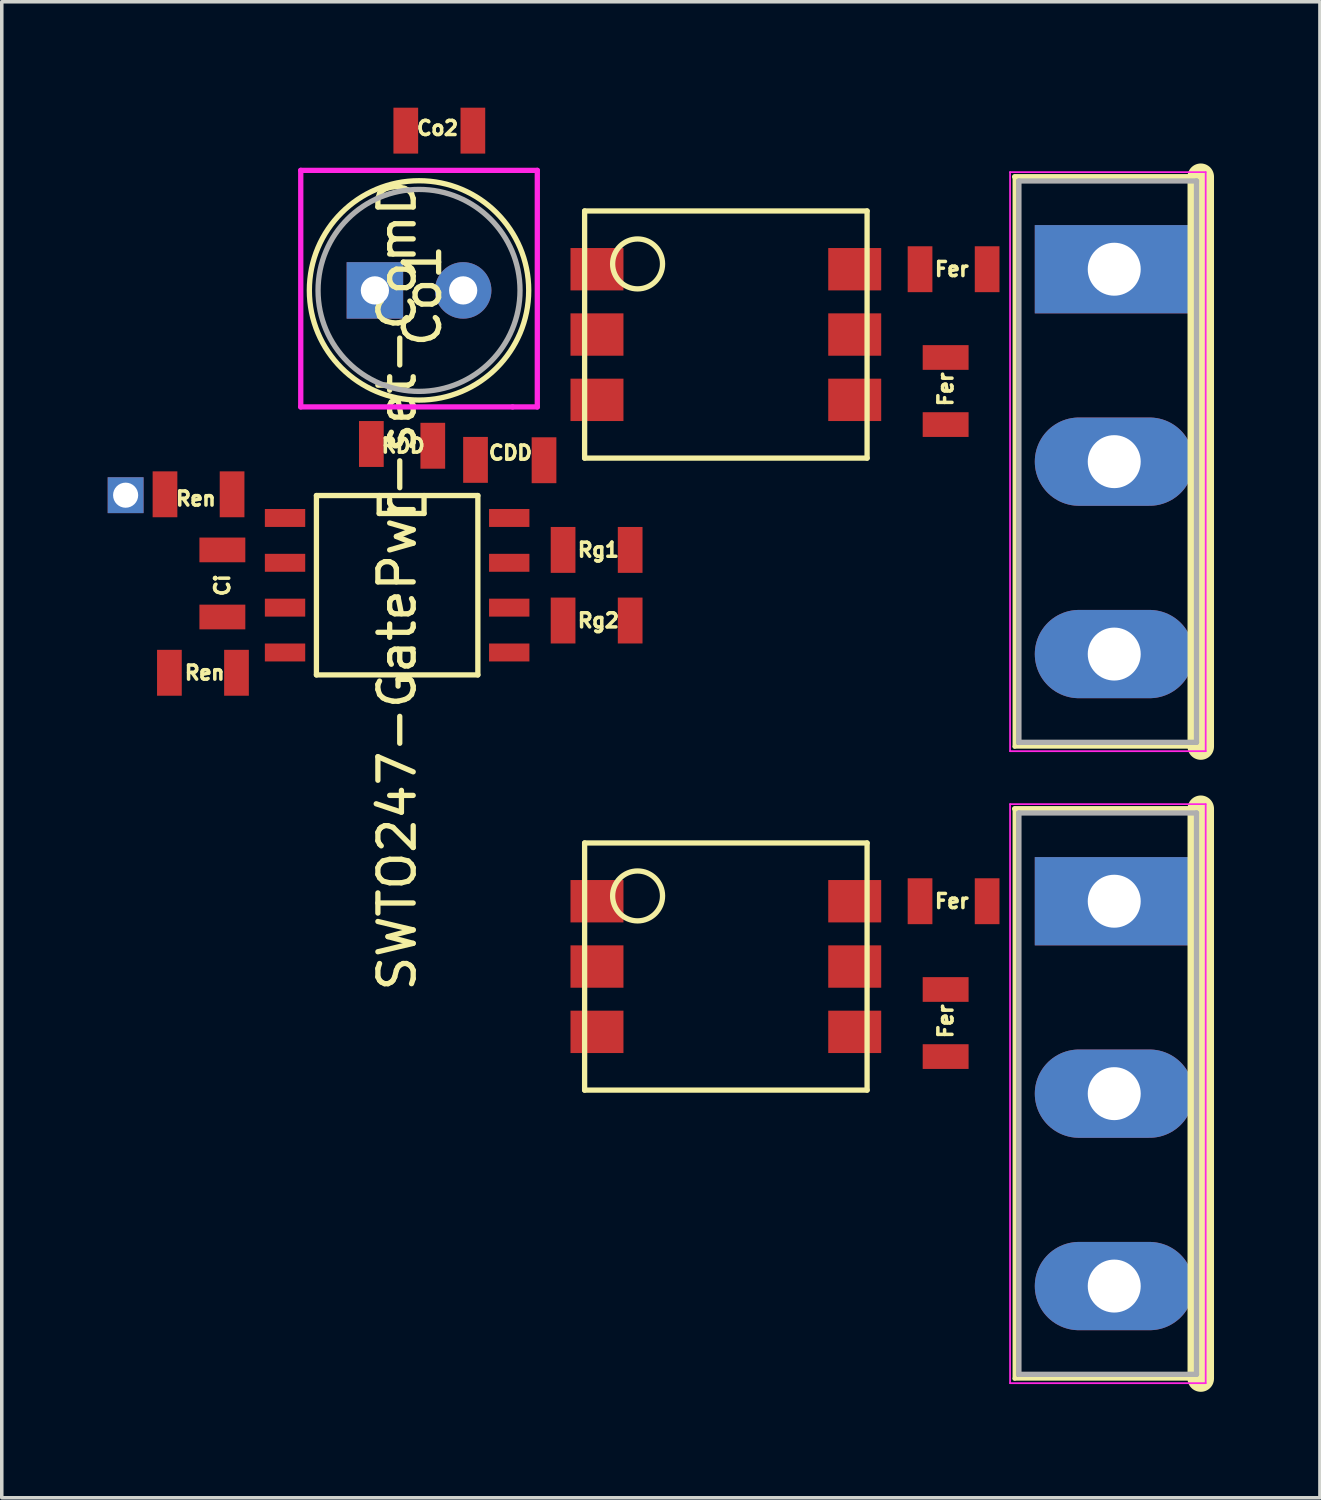
<source format=kicad_pcb>
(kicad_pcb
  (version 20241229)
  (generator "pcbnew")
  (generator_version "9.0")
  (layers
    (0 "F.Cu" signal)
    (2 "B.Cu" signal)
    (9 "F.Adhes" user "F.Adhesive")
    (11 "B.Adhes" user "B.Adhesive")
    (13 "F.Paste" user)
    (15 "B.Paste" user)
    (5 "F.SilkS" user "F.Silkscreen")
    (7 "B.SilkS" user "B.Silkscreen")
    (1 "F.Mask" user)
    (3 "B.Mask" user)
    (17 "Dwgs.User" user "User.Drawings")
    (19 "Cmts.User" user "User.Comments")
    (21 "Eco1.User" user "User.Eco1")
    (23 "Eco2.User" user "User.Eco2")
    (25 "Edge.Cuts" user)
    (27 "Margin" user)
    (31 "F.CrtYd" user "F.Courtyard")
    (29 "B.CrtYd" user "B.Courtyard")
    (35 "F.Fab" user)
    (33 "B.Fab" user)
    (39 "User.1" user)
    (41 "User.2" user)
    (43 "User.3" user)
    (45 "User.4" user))
  (footprint "SWTO247-GatePwr-set-ComD"
    (layer "F.Cu")
    (at 28.508 18.975)
    (property "Reference" "SWTO247-GatePwr-set-ComD" (at -20.31 -5.45 90) (layer "F.SilkS") (effects (font (size 1 1) (thickness 0.15))))
    (attr smd)
    (fp_line (start -22.596 -7.99) (end -18.024 -7.99) (stroke (width 0.15) (type solid)) (layer "F.SilkS"))
    (fp_line (start -22.596 -2.91) (end -22.596 -7.99) (stroke (width 0.15) (type solid)) (layer "F.SilkS"))
    (fp_line (start -20.818 -7.482) (end -20.818 -7.99) (stroke (width 0.15) (type solid)) (layer "F.SilkS"))
    (fp_line (start -19.548 -7.99) (end -19.548 -7.482) (stroke (width 0.15) (type solid)) (layer "F.SilkS"))
    (fp_line (start -19.548 -7.482) (end -20.818 -7.482) (stroke (width 0.15) (type solid)) (layer "F.SilkS"))
    (fp_line (start -18.024 -7.99) (end -18.024 -2.91) (stroke (width 0.15) (type solid)) (layer "F.SilkS"))
    (fp_line (start -18.024 -2.91) (end -22.596 -2.91) (stroke (width 0.15) (type solid)) (layer "F.SilkS"))
    (fp_line (start -15 -16.05) (end -7 -16.05) (stroke (width 0.15) (type solid)) (layer "F.SilkS"))
    (fp_line (start -15 -9.05) (end -15 -16.05) (stroke (width 0.15) (type solid)) (layer "F.SilkS"))
    (fp_line (start -15 1.85) (end -7 1.85) (stroke (width 0.15) (type solid)) (layer "F.SilkS"))
    (fp_line (start -15 8.85) (end -15 1.85) (stroke (width 0.15) (type solid)) (layer "F.SilkS"))
    (fp_line (start -7 -16.05) (end -7 -9.05) (stroke (width 0.15) (type solid)) (layer "F.SilkS"))
    (fp_line (start -7 -9.05) (end -15 -9.05) (stroke (width 0.15) (type solid)) (layer "F.SilkS"))
    (fp_line (start -7 1.85) (end -7 8.85) (stroke (width 0.15) (type solid)) (layer "F.SilkS"))
    (fp_line (start -7 8.85) (end -15 8.85) (stroke (width 0.15) (type solid)) (layer "F.SilkS"))
    (fp_line (start -2.82 -17.02) (end -2.82 -0.88) (stroke (width 0.12) (type solid)) (layer "F.SilkS"))
    (fp_line (start -2.82 0.88) (end -2.82 17.02) (stroke (width 0.12) (type solid)) (layer "F.SilkS"))
    (fp_line (start 2.451 -17.02) (end -2.82 -17.02) (stroke (width 0.15) (type solid)) (layer "F.SilkS"))
    (fp_line (start 2.451 -17.02) (end 2.451 -0.88) (stroke (width 0.75) (type solid)) (layer "F.SilkS"))
    (fp_line (start 2.451 -0.88) (end -2.82 -0.88) (stroke (width 0.12) (type solid)) (layer "F.SilkS"))
    (fp_line (start 2.451 0.88) (end -2.82 0.88) (stroke (width 0.15) (type solid)) (layer "F.SilkS"))
    (fp_line (start 2.451 0.88) (end 2.451 17.02) (stroke (width 0.75) (type solid)) (layer "F.SilkS"))
    (fp_line (start 2.451 17.02) (end -2.82 17.02) (stroke (width 0.12) (type solid)) (layer "F.SilkS"))
    (fp_circle (center -19.69 -13.8) (end -21.39 -16.4) (stroke (width 0.15) (type solid)) (fill no) (layer "F.SilkS"))
    (fp_circle (center -13.5 -14.55) (end -14 -15.05) (stroke (width 0.15) (type solid)) (fill no) (layer "F.SilkS"))
    (fp_circle (center -13.5 3.35) (end -14 2.85) (stroke (width 0.15) (type solid)) (fill no) (layer "F.SilkS"))
    (fp_line (start -23.04 -17.2) (end -16.34 -17.2) (stroke (width 0.15) (type solid)) (layer "F.CrtYd"))
    (fp_line (start -23.04 -10.5) (end -23.04 -17.2) (stroke (width 0.15) (type solid)) (layer "F.CrtYd"))
    (fp_line (start -23.04 -10.5) (end -17.04 -10.5) (stroke (width 0.15) (type solid)) (layer "F.CrtYd"))
    (fp_line (start -17.04 -10.5) (end -16.34 -10.5) (stroke (width 0.15) (type solid)) (layer "F.CrtYd"))
    (fp_line (start -16.34 -17.2) (end -16.34 -10.5) (stroke (width 0.15) (type solid)) (layer "F.CrtYd"))
    (fp_line (start -2.95 -17.15) (end -2.95 -0.75) (stroke (width 0.05) (type solid)) (layer "F.CrtYd"))
    (fp_line (start -2.95 -0.75) (end 2.59 -0.75) (stroke (width 0.05) (type solid)) (layer "F.CrtYd"))
    (fp_line (start -2.95 0.75) (end -2.95 17.15) (stroke (width 0.05) (type solid)) (layer "F.CrtYd"))
    (fp_line (start -2.95 17.15) (end 2.59 17.15) (stroke (width 0.05) (type solid)) (layer "F.CrtYd"))
    (fp_line (start 2.59 -17.15) (end -2.95 -17.15) (stroke (width 0.05) (type solid)) (layer "F.CrtYd"))
    (fp_line (start 2.59 -0.75) (end 2.59 -17.15) (stroke (width 0.05) (type solid)) (layer "F.CrtYd"))
    (fp_line (start 2.59 0.75) (end -2.95 0.75) (stroke (width 0.05) (type solid)) (layer "F.CrtYd"))
    (fp_line (start 2.59 17.15) (end 2.59 0.75) (stroke (width 0.05) (type solid)) (layer "F.CrtYd"))
    (fp_line (start -2.7 -16.9) (end -2.7 -1) (stroke (width 0.15) (type solid)) (layer "F.Fab"))
    (fp_line (start -2.7 -1) (end 2.33 -1) (stroke (width 0.15) (type solid)) (layer "F.Fab"))
    (fp_line (start -2.7 1) (end -2.7 16.9) (stroke (width 0.15) (type solid)) (layer "F.Fab"))
    (fp_line (start -2.7 16.9) (end 2.33 16.9) (stroke (width 0.15) (type solid)) (layer "F.Fab"))
    (fp_line (start 2.33 -16.9) (end -2.7 -16.9) (stroke (width 0.15) (type solid)) (layer "F.Fab"))
    (fp_line (start 2.33 -1) (end 2.33 -16.9) (stroke (width 0.15) (type solid)) (layer "F.Fab"))
    (fp_line (start 2.33 1) (end -2.7 1) (stroke (width 0.15) (type solid)) (layer "F.Fab"))
    (fp_line (start 2.33 16.9) (end 2.33 1) (stroke (width 0.15) (type solid)) (layer "F.Fab"))
    (fp_circle (center -19.69 -13.8) (end -21.39 -16.1) (stroke (width 0.15) (type solid)) (fill no) (layer "F.Fab"))
    (fp_text user "Rg1" (at -14.61 -6.45 0) (layer "F.SilkS") (effects (font (size 0.4 0.4) (thickness 0.1))))
    (fp_text user "Rg2" (at -14.61 -4.45 0) (layer "F.SilkS") (effects (font (size 0.4 0.4) (thickness 0.1))))
    (fp_text user "Ren" (at -26.01 -7.9 0) (layer "F.SilkS") (effects (font (size 0.4 0.4) (thickness 0.1))))
    (fp_text user "CDD" (at -17.1 -9.2 180) (layer "F.SilkS") (effects (font (size 0.4 0.4) (thickness 0.1))))
    (fp_text user "Fer" (at -4.775 6.9 90) (layer "F.SilkS") (effects (font (size 0.4 0.4) (thickness 0.1))))
    (fp_text user "Ci" (at -25.26 -5.45 90) (layer "F.SilkS") (effects (font (size 0.4 0.4) (thickness 0.1))))
    (fp_text user "Fer" (at -4.6 3.5 180) (layer "F.SilkS") (effects (font (size 0.4 0.4) (thickness 0.1))))
    (fp_text user "Co1" (at -19.59 -13.65 270) (layer "F.SilkS") (effects (font (size 1 1) (thickness 0.15))))
    (fp_text user "Fer" (at -4.6 -14.4 180) (layer "F.SilkS") (effects (font (size 0.4 0.4) (thickness 0.1))))
    (fp_text user "RDD" (at -20.14 -9.4 180) (layer "F.SilkS") (effects (font (size 0.4 0.4) (thickness 0.1))))
    (fp_text user "Ren" (at -25.76 -2.97 0) (layer "F.SilkS") (effects (font (size 0.4 0.4) (thickness 0.1))))
    (fp_text user "Fer" (at -4.775 -11 90) (layer "F.SilkS") (effects (font (size 0.4 0.4) (thickness 0.1))))
    (fp_text user "Co2" (at -19.165 -18.395 0) (layer "F.SilkS") (effects (font (size 0.4 0.4) (thickness 0.1))))
    (pad "+Vo" smd rect (at -21.04 -9.45 180) (size 0.7 1.3) (layers "F.Cu" "F.Mask" "F.Paste"))
    (pad "+Vo" thru_hole rect (at -20.94 -13.8 90) (size 1.6 1.6) (drill 0.8) (layers "*.Cu" "*.Mask"))
    (pad "+Vo" smd rect (at -20.065 -18.325 180) (size 0.7 1.3) (layers "F.Cu" "F.Mask" "F.Paste"))
    (pad "1" smd rect (at -14.65 -14.4 180) (size 1.5 1.2) (layers "F.Cu" "F.Mask" "F.Paste"))
    (pad "1" smd rect (at -14.65 3.5 180) (size 1.5 1.2) (layers "F.Cu" "F.Mask" "F.Paste"))
    (pad "1" smd rect (at -13.71 -6.45) (size 0.7 1.3) (layers "F.Cu" "F.Mask" "F.Paste"))
    (pad "1" smd rect (at -13.71 -4.45) (size 0.7 1.3) (layers "F.Cu" "F.Mask" "F.Paste"))
    (pad "2a" smd rect (at -14.65 -12.55 180) (size 1.5 1.2) (layers "F.Cu" "F.Mask" "F.Paste"))
    (pad "2b" smd rect (at -14.65 5.35 180) (size 1.5 1.2) (layers "F.Cu" "F.Mask" "F.Paste"))
    (pad "3" thru_hole circle (at -18.44 -13.8 90) (size 1.6 1.6) (drill 0.8) (layers "*.Cu" "*.Mask"))
    (pad "3" smd rect (at -18.165 -18.325 180) (size 0.7 1.3) (layers "F.Cu" "F.Mask" "F.Paste"))
    (pad "3" smd rect (at -17.135 -3.545 270) (size 0.508 1.143) (layers "F.Cu" "F.Mask" "F.Paste"))
    (pad "3" smd rect (at -16.15 -8.99 180) (size 0.7 1.3) (layers "F.Cu" "F.Mask" "F.Paste"))
    (pad "3" smd rect (at -14.65 -10.7 180) (size 1.5 1.2) (layers "F.Cu" "F.Mask" "F.Paste"))
    (pad "3" smd rect (at -14.65 7.2 180) (size 1.5 1.2) (layers "F.Cu" "F.Mask" "F.Paste"))
    (pad "5a" smd rect (at -7.35 -12.55 180) (size 1.5 1.2) (layers "F.Cu" "F.Mask" "F.Paste"))
    (pad "5b" smd rect (at -7.35 5.35 180) (size 1.5 1.2) (layers "F.Cu" "F.Mask" "F.Paste"))
    (pad "6a" smd rect (at -7.35 -14.4 180) (size 1.5 1.2) (layers "F.Cu" "F.Mask" "F.Paste"))
    (pad "6a" smd rect (at -5.5 -14.4 180) (size 0.7 1.3) (layers "F.Cu" "F.Mask" "F.Paste"))
    (pad "6a" smd rect (at -4.775 -11.9 90) (size 0.7 1.3) (layers "F.Cu" "F.Mask" "F.Paste"))
    (pad "6b" smd rect (at -7.35 3.5 180) (size 1.5 1.2) (layers "F.Cu" "F.Mask" "F.Paste"))
    (pad "6b" smd rect (at -5.5 3.5 180) (size 0.7 1.3) (layers "F.Cu" "F.Mask" "F.Paste"))
    (pad "6b" smd rect (at -4.775 6 90) (size 0.7 1.3) (layers "F.Cu" "F.Mask" "F.Paste"))
    (pad "D" thru_hole oval (at 0 -8.95 180) (size 4.5 2.5) (drill 1.5) (layers "*.Cu" "*.Mask"))
    (pad "D" thru_hole oval (at 0 8.95 180) (size 4.5 2.5) (drill 1.5) (layers "*.Cu" "*.Mask"))
    (pad "EN" smd rect (at -24.86 -2.97) (size 0.7 1.3) (layers "F.Cu" "F.Mask" "F.Paste"))
    (pad "EN" smd rect (at -23.485 -3.545 270) (size 0.508 1.143) (layers "F.Cu" "F.Mask" "F.Paste"))
    (pad "GNDi" smd rect (at -25.26 -4.55 270) (size 0.7 1.3) (layers "F.Cu" "F.Mask" "F.Paste"))
    (pad "GNDi" smd rect (at -23.485 -4.815 270) (size 0.508 1.143) (layers "F.Cu" "F.Mask" "F.Paste"))
    (pad "Ga" smd rect (at -3.6 -14.4 180) (size 0.7 1.3) (layers "F.Cu" "F.Mask" "F.Paste"))
    (pad "Ga" thru_hole rect (at 0 -14.4 180) (size 4.5 2.5) (drill 1.5) (layers "*.Cu" "*.Mask"))
    (pad "Gb" smd rect (at -3.6 3.5 180) (size 0.7 1.3) (layers "F.Cu" "F.Mask" "F.Paste"))
    (pad "Gb" thru_hole rect (at 0 3.5 180) (size 4.5 2.5) (drill 1.5) (layers "*.Cu" "*.Mask"))
    (pad "Sa" smd rect (at -7.35 -10.7 180) (size 1.5 1.2) (layers "F.Cu" "F.Mask" "F.Paste"))
    (pad "Sa" smd rect (at -4.775 -10 90) (size 0.7 1.3) (layers "F.Cu" "F.Mask" "F.Paste"))
    (pad "Sa" thru_hole oval (at 0 -3.5 180) (size 4.5 2.5) (drill 1.5) (layers "*.Cu" "*.Mask"))
    (pad "Sb" smd rect (at -7.35 7.2 180) (size 1.5 1.2) (layers "F.Cu" "F.Mask" "F.Paste"))
    (pad "Sb" smd rect (at -4.775 7.9 90) (size 0.7 1.3) (layers "F.Cu" "F.Mask" "F.Paste"))
    (pad "Sb" thru_hole oval (at 0 14.4 180) (size 4.5 2.5) (drill 1.5) (layers "*.Cu" "*.Mask"))
    (pad "VDD" smd rect (at -19.3 -9.4 180) (size 0.7 1.3) (layers "F.Cu" "F.Mask" "F.Paste"))
    (pad "VDD" smd rect (at -18.09 -9 180) (size 0.7 1.3) (layers "F.Cu" "F.Mask" "F.Paste"))
    (pad "VDD" smd rect (at -17.135 -7.355 270) (size 0.508 1.143) (layers "F.Cu" "F.Mask" "F.Paste"))
    (pad "VDDi" smd rect (at -26.76 -2.97) (size 0.7 1.3) (layers "F.Cu" "F.Mask" "F.Paste"))
    (pad "VDDi" smd rect (at -25.26 -6.45 270) (size 0.7 1.3) (layers "F.Cu" "F.Mask" "F.Paste"))
    (pad "VDDi" smd rect (at -23.485 -6.085 270) (size 0.508 1.143) (layers "F.Cu" "F.Mask" "F.Paste"))
    (pad "VI" smd rect (at -24.985 -8.025) (size 0.7 1.3) (layers "F.Cu" "F.Mask" "F.Paste"))
    (pad "VI" smd rect (at -23.485 -7.355 270) (size 0.508 1.143) (layers "F.Cu" "F.Mask" "F.Paste"))
    (pad "Vg+" smd rect (at -17.135 -6.085 270) (size 0.508 1.143) (layers "F.Cu" "F.Mask" "F.Paste"))
    (pad "Vg+" smd rect (at -15.61 -6.45) (size 0.7 1.3) (layers "F.Cu" "F.Mask" "F.Paste"))
    (pad "Vg-" smd rect (at -17.135 -4.815 270) (size 0.508 1.143) (layers "F.Cu" "F.Mask" "F.Paste"))
    (pad "Vg-" smd rect (at -15.61 -4.45) (size 0.7 1.3) (layers "F.Cu" "F.Mask" "F.Paste"))
    (pad "Vsig" thru_hole rect (at -28 -8 270) (size 1.016 1.016) (drill 0.711) (layers "*.Cu" "*.Mask"))
    (pad "Vsig" smd rect (at -26.885 -8.025) (size 0.7 1.3) (layers "F.Cu" "F.Mask" "F.Paste")))
  (gr_rect
    (start -3 -3)
    (end 34.334 39.37)
    (stroke (width 0.1) (type default))
    (fill no)
    (layer "Edge.Cuts")))
</source>
